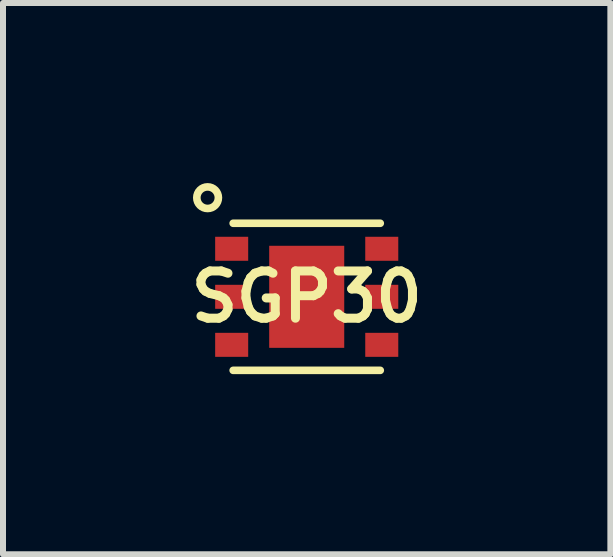
<source format=kicad_pcb>
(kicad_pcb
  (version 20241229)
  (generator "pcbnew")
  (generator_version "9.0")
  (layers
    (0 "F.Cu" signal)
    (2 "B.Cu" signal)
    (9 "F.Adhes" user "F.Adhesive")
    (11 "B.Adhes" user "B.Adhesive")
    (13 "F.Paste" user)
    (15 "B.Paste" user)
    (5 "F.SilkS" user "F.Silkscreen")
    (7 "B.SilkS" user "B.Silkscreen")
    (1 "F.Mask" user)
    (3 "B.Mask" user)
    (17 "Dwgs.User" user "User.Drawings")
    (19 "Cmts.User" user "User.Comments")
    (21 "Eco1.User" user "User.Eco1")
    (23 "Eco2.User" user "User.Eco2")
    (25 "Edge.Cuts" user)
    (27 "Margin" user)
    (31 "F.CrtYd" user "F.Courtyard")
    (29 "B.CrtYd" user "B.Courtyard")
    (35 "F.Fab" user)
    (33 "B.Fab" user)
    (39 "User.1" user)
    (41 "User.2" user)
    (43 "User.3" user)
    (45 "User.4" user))
  (footprint "SGP30"
    (layer "F.Cu")
    (at 2.059 1.894)
    (property "Reference" "SGP30" (at 0 0 0) (layer "F.SilkS") (effects (font (size 0.787 0.787) (thickness 0.15))))
    (attr through_hole)
    (fp_line (start -1.225 -1.225) (end 1.225 -1.225) (stroke (width 0.127) (type solid)) (layer "F.SilkS"))
    (fp_line (start -1.225 1.225) (end 1.225 1.225) (stroke (width 0.127) (type solid)) (layer "F.SilkS"))
    (fp_circle (center -1.651 -1.651) (end -1.471 -1.651) (stroke (width 0.127) (type solid)) (fill no) (layer "F.SilkS"))
    (pad "1" smd rect (at -1.25 -0.8) (size 0.55 0.4) (layers "F.Cu" "F.Mask" "F.Paste"))
    (pad "2" smd rect (at -1.25 0) (size 0.55 0.4) (layers "F.Cu" "F.Mask" "F.Paste"))
    (pad "3" smd rect (at -1.25 0.8) (size 0.55 0.4) (layers "F.Cu" "F.Mask" "F.Paste"))
    (pad "4" smd rect (at 1.25 0.8) (size 0.55 0.4) (layers "F.Cu" "F.Mask" "F.Paste"))
    (pad "5" smd rect (at 1.25 0) (size 0.55 0.4) (layers "F.Cu" "F.Mask" "F.Paste"))
    (pad "6" smd rect (at 1.25 -0.8) (size 0.55 0.4) (layers "F.Cu" "F.Mask" "F.Paste"))
    (pad "PAD" smd rect (at 0 0) (size 1.25 1.7) (layers "F.Cu" "F.Mask" "F.Paste")))
  (gr_rect
    (start -3 -3)
    (end 7.117 6.183)
    (stroke (width 0.1) (type default))
    (fill no)
    (layer "Edge.Cuts")))
</source>
